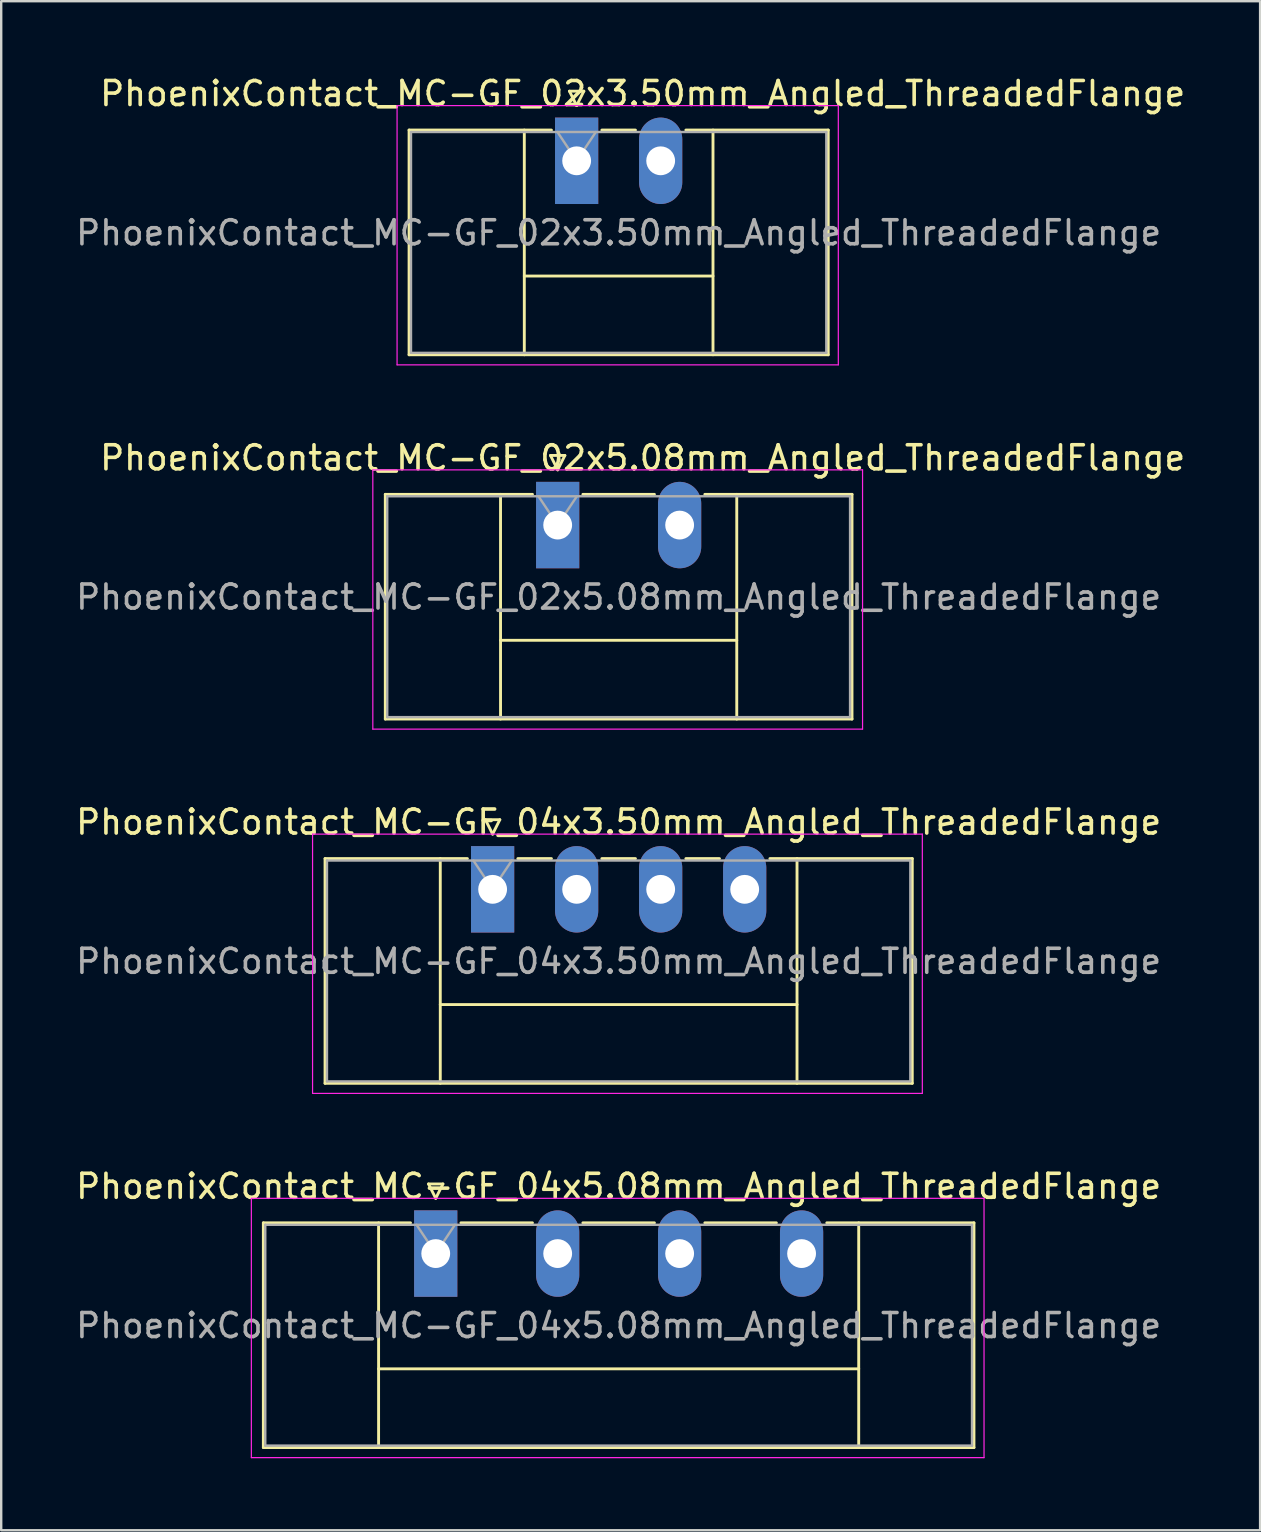
<source format=kicad_pcb>
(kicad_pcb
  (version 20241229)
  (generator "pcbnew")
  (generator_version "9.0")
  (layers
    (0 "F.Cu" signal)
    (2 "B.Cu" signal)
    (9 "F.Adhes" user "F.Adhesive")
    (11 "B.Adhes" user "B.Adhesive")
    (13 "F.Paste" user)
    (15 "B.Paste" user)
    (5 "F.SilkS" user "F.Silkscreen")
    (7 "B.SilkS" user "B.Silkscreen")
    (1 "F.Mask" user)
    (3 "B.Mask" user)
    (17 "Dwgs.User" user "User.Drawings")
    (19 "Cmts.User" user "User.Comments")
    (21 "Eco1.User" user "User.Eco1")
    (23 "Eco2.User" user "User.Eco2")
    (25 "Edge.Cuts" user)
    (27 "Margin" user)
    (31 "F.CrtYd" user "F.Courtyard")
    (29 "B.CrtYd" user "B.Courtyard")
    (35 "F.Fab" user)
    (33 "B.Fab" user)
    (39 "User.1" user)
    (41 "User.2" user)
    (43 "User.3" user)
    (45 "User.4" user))
  (footprint "PhoenixContact_MC-GF_04x5.08mm_Angled_ThreadedFlange"
    (layer "F.Cu")
    (at 15.1 49.168)
    (property "Reference" "PhoenixContact_MC-GF_04x5.08mm_Angled_ThreadedFlange" (at 7.62 -2.8 0) (layer "F.SilkS") (effects (font (size 1 1) (thickness 0.15))))
    (attr through_hole)
    (fp_line (start -7.18 -1.28) (end -7.18 8.08) (stroke (width 0.12) (type solid)) (layer "F.SilkS"))
    (fp_line (start -7.18 -1.28) (end -1.05 -1.28) (stroke (width 0.12) (type solid)) (layer "F.SilkS"))
    (fp_line (start -7.18 8.08) (end 22.42 8.08) (stroke (width 0.12) (type solid)) (layer "F.SilkS"))
    (fp_line (start -2.38 -1.28) (end -2.38 8.08) (stroke (width 0.12) (type solid)) (layer "F.SilkS"))
    (fp_line (start -2.38 4.8) (end 17.62 4.8) (stroke (width 0.12) (type solid)) (layer "F.SilkS"))
    (fp_line (start -0.3 -2.9) (end 0.3 -2.9) (stroke (width 0.12) (type solid)) (layer "F.SilkS"))
    (fp_line (start 0 -2.3) (end -0.3 -2.9) (stroke (width 0.12) (type solid)) (layer "F.SilkS"))
    (fp_line (start 0.3 -2.9) (end 0 -2.3) (stroke (width 0.12) (type solid)) (layer "F.SilkS"))
    (fp_line (start 1.05 -1.28) (end 4.03 -1.28) (stroke (width 0.12) (type solid)) (layer "F.SilkS"))
    (fp_line (start 6.13 -1.28) (end 9.11 -1.28) (stroke (width 0.12) (type solid)) (layer "F.SilkS"))
    (fp_line (start 11.21 -1.28) (end 14.19 -1.28) (stroke (width 0.12) (type solid)) (layer "F.SilkS"))
    (fp_line (start 17.62 -1.28) (end 17.62 8.08) (stroke (width 0.12) (type solid)) (layer "F.SilkS"))
    (fp_line (start 22.42 -1.28) (end 16.29 -1.28) (stroke (width 0.12) (type solid)) (layer "F.SilkS"))
    (fp_line (start 22.42 8.08) (end 22.42 -1.28) (stroke (width 0.12) (type solid)) (layer "F.SilkS"))
    (fp_line (start -7.68 -2.3) (end -7.68 8.5) (stroke (width 0.05) (type solid)) (layer "F.CrtYd"))
    (fp_line (start -7.68 8.5) (end 22.84 8.5) (stroke (width 0.05) (type solid)) (layer "F.CrtYd"))
    (fp_line (start 22.84 -2.3) (end -7.68 -2.3) (stroke (width 0.05) (type solid)) (layer "F.CrtYd"))
    (fp_line (start 22.84 8.5) (end 22.84 -2.3) (stroke (width 0.05) (type solid)) (layer "F.CrtYd"))
    (fp_line (start -7.1 -1.2) (end -7.1 8) (stroke (width 0.1) (type solid)) (layer "F.Fab"))
    (fp_line (start -7.1 8) (end 22.34 8) (stroke (width 0.1) (type solid)) (layer "F.Fab"))
    (fp_line (start 0 0) (end -0.8 -1.2) (stroke (width 0.1) (type solid)) (layer "F.Fab"))
    (fp_line (start 0.8 -1.2) (end 0 0) (stroke (width 0.1) (type solid)) (layer "F.Fab"))
    (fp_line (start 22.34 -1.2) (end -7.1 -1.2) (stroke (width 0.1) (type solid)) (layer "F.Fab"))
    (fp_line (start 22.34 8) (end 22.34 -1.2) (stroke (width 0.1) (type solid)) (layer "F.Fab"))
    (fp_text user "${REFERENCE}" (at 7.62 3 0) (layer "F.Fab") (effects (font (size 1 1) (thickness 0.15))))
    (pad "1" thru_hole rect (at 0 0) (size 1.8 3.6) (drill 1.2) (layers "*.Cu" "*.Mask"))
    (pad "2" thru_hole oval (at 5.08 0) (size 1.8 3.6) (drill 1.2) (layers "*.Cu" "*.Mask"))
    (pad "3" thru_hole oval (at 10.16 0) (size 1.8 3.6) (drill 1.2) (layers "*.Cu" "*.Mask"))
    (pad "4" thru_hole oval (at 15.24 0) (size 1.8 3.6) (drill 1.2) (layers "*.Cu" "*.Mask")))
  (footprint "PhoenixContact_MC-GF_02x5.08mm_Angled_ThreadedFlange"
    (layer "F.Cu")
    (at 20.18 18.822)
    (property "Reference" "PhoenixContact_MC-GF_02x5.08mm_Angled_ThreadedFlange" (at 3.54 -2.8 0) (layer "F.SilkS") (effects (font (size 1 1) (thickness 0.15))))
    (attr through_hole)
    (fp_line (start -7.18 -1.28) (end -7.18 8.08) (stroke (width 0.12) (type solid)) (layer "F.SilkS"))
    (fp_line (start -7.18 -1.28) (end -1.05 -1.28) (stroke (width 0.12) (type solid)) (layer "F.SilkS"))
    (fp_line (start -7.18 8.08) (end 12.26 8.08) (stroke (width 0.12) (type solid)) (layer "F.SilkS"))
    (fp_line (start -2.38 -1.28) (end -2.38 8.08) (stroke (width 0.12) (type solid)) (layer "F.SilkS"))
    (fp_line (start -2.38 4.8) (end 7.46 4.8) (stroke (width 0.12) (type solid)) (layer "F.SilkS"))
    (fp_line (start -0.3 -2.9) (end 0.3 -2.9) (stroke (width 0.12) (type solid)) (layer "F.SilkS"))
    (fp_line (start 0 -2.3) (end -0.3 -2.9) (stroke (width 0.12) (type solid)) (layer "F.SilkS"))
    (fp_line (start 0.3 -2.9) (end 0 -2.3) (stroke (width 0.12) (type solid)) (layer "F.SilkS"))
    (fp_line (start 1.05 -1.28) (end 4.03 -1.28) (stroke (width 0.12) (type solid)) (layer "F.SilkS"))
    (fp_line (start 7.46 -1.28) (end 7.46 8.08) (stroke (width 0.12) (type solid)) (layer "F.SilkS"))
    (fp_line (start 12.26 -1.28) (end 6.13 -1.28) (stroke (width 0.12) (type solid)) (layer "F.SilkS"))
    (fp_line (start 12.26 8.08) (end 12.26 -1.28) (stroke (width 0.12) (type solid)) (layer "F.SilkS"))
    (fp_line (start -7.7 -2.3) (end -7.7 8.5) (stroke (width 0.05) (type solid)) (layer "F.CrtYd"))
    (fp_line (start -7.7 8.5) (end 12.7 8.5) (stroke (width 0.05) (type solid)) (layer "F.CrtYd"))
    (fp_line (start 12.7 -2.3) (end -7.7 -2.3) (stroke (width 0.05) (type solid)) (layer "F.CrtYd"))
    (fp_line (start 12.7 8.5) (end 12.7 -2.3) (stroke (width 0.05) (type solid)) (layer "F.CrtYd"))
    (fp_line (start -7.1 -1.2) (end -7.1 8) (stroke (width 0.1) (type solid)) (layer "F.Fab"))
    (fp_line (start -7.1 8) (end 12.18 8) (stroke (width 0.1) (type solid)) (layer "F.Fab"))
    (fp_line (start 0 0) (end -0.8 -1.2) (stroke (width 0.1) (type solid)) (layer "F.Fab"))
    (fp_line (start 0.8 -1.2) (end 0 0) (stroke (width 0.1) (type solid)) (layer "F.Fab"))
    (fp_line (start 12.18 -1.2) (end -7.1 -1.2) (stroke (width 0.1) (type solid)) (layer "F.Fab"))
    (fp_line (start 12.18 8) (end 12.18 -1.2) (stroke (width 0.1) (type solid)) (layer "F.Fab"))
    (fp_text user "${REFERENCE}" (at 2.54 3 0) (layer "F.Fab") (effects (font (size 1 1) (thickness 0.15))))
    (pad "1" thru_hole rect (at 0 0) (size 1.8 3.6) (drill 1.2) (layers "*.Cu" "*.Mask"))
    (pad "2" thru_hole oval (at 5.08 0) (size 1.8 3.6) (drill 1.2) (layers "*.Cu" "*.Mask")))
  (footprint "PhoenixContact_MC-GF_02x3.50mm_Angled_ThreadedFlange"
    (layer "F.Cu")
    (at 20.97 3.648)
    (property "Reference" "PhoenixContact_MC-GF_02x3.50mm_Angled_ThreadedFlange" (at 2.75 -2.8 0) (layer "F.SilkS") (effects (font (size 1 1) (thickness 0.15))))
    (attr through_hole)
    (fp_line (start -6.98 -1.28) (end -6.98 8.08) (stroke (width 0.12) (type solid)) (layer "F.SilkS"))
    (fp_line (start -6.98 -1.28) (end -1.05 -1.28) (stroke (width 0.12) (type solid)) (layer "F.SilkS"))
    (fp_line (start -6.98 8.08) (end 10.48 8.08) (stroke (width 0.12) (type solid)) (layer "F.SilkS"))
    (fp_line (start -2.18 -1.28) (end -2.18 8.08) (stroke (width 0.12) (type solid)) (layer "F.SilkS"))
    (fp_line (start -2.18 4.8) (end 5.68 4.8) (stroke (width 0.12) (type solid)) (layer "F.SilkS"))
    (fp_line (start -0.3 -2.9) (end 0.3 -2.9) (stroke (width 0.12) (type solid)) (layer "F.SilkS"))
    (fp_line (start 0 -2.3) (end -0.3 -2.9) (stroke (width 0.12) (type solid)) (layer "F.SilkS"))
    (fp_line (start 0.3 -2.9) (end 0 -2.3) (stroke (width 0.12) (type solid)) (layer "F.SilkS"))
    (fp_line (start 1.05 -1.28) (end 2.45 -1.28) (stroke (width 0.12) (type solid)) (layer "F.SilkS"))
    (fp_line (start 5.68 -1.28) (end 5.68 8.08) (stroke (width 0.12) (type solid)) (layer "F.SilkS"))
    (fp_line (start 10.48 -1.28) (end 4.55 -1.28) (stroke (width 0.12) (type solid)) (layer "F.SilkS"))
    (fp_line (start 10.48 8.08) (end 10.48 -1.28) (stroke (width 0.12) (type solid)) (layer "F.SilkS"))
    (fp_line (start -7.48 -2.3) (end -7.48 8.5) (stroke (width 0.05) (type solid)) (layer "F.CrtYd"))
    (fp_line (start -7.48 8.5) (end 10.9 8.5) (stroke (width 0.05) (type solid)) (layer "F.CrtYd"))
    (fp_line (start 10.9 -2.3) (end -7.48 -2.3) (stroke (width 0.05) (type solid)) (layer "F.CrtYd"))
    (fp_line (start 10.9 8.5) (end 10.9 -2.3) (stroke (width 0.05) (type solid)) (layer "F.CrtYd"))
    (fp_line (start -6.9 -1.2) (end -6.9 8) (stroke (width 0.1) (type solid)) (layer "F.Fab"))
    (fp_line (start -6.9 8) (end 10.4 8) (stroke (width 0.1) (type solid)) (layer "F.Fab"))
    (fp_line (start 0 0) (end -0.8 -1.2) (stroke (width 0.1) (type solid)) (layer "F.Fab"))
    (fp_line (start 0.8 -1.2) (end 0 0) (stroke (width 0.1) (type solid)) (layer "F.Fab"))
    (fp_line (start 10.4 -1.2) (end -6.9 -1.2) (stroke (width 0.1) (type solid)) (layer "F.Fab"))
    (fp_line (start 10.4 8) (end 10.4 -1.2) (stroke (width 0.1) (type solid)) (layer "F.Fab"))
    (fp_text user "${REFERENCE}" (at 1.75 3 0) (layer "F.Fab") (effects (font (size 1 1) (thickness 0.15))))
    (pad "1" thru_hole rect (at 0 0) (size 1.8 3.6) (drill 1.2) (layers "*.Cu" "*.Mask"))
    (pad "2" thru_hole oval (at 3.5 0) (size 1.8 3.6) (drill 1.2) (layers "*.Cu" "*.Mask")))
  (footprint "PhoenixContact_MC-GF_04x3.50mm_Angled_ThreadedFlange"
    (layer "F.Cu")
    (at 17.47 33.995)
    (property "Reference" "PhoenixContact_MC-GF_04x3.50mm_Angled_ThreadedFlange" (at 5.25 -2.8 0) (layer "F.SilkS") (effects (font (size 1 1) (thickness 0.15))))
    (attr through_hole)
    (fp_line (start -6.98 -1.28) (end -6.98 8.08) (stroke (width 0.12) (type solid)) (layer "F.SilkS"))
    (fp_line (start -6.98 -1.28) (end -1.05 -1.28) (stroke (width 0.12) (type solid)) (layer "F.SilkS"))
    (fp_line (start -6.98 8.08) (end 17.48 8.08) (stroke (width 0.12) (type solid)) (layer "F.SilkS"))
    (fp_line (start -2.18 -1.28) (end -2.18 8.08) (stroke (width 0.12) (type solid)) (layer "F.SilkS"))
    (fp_line (start -2.18 4.8) (end 12.68 4.8) (stroke (width 0.12) (type solid)) (layer "F.SilkS"))
    (fp_line (start -0.3 -2.9) (end 0.3 -2.9) (stroke (width 0.12) (type solid)) (layer "F.SilkS"))
    (fp_line (start 0 -2.3) (end -0.3 -2.9) (stroke (width 0.12) (type solid)) (layer "F.SilkS"))
    (fp_line (start 0.3 -2.9) (end 0 -2.3) (stroke (width 0.12) (type solid)) (layer "F.SilkS"))
    (fp_line (start 1.05 -1.28) (end 2.45 -1.28) (stroke (width 0.12) (type solid)) (layer "F.SilkS"))
    (fp_line (start 4.55 -1.28) (end 5.95 -1.28) (stroke (width 0.12) (type solid)) (layer "F.SilkS"))
    (fp_line (start 8.05 -1.28) (end 9.45 -1.28) (stroke (width 0.12) (type solid)) (layer "F.SilkS"))
    (fp_line (start 12.68 -1.28) (end 12.68 8.08) (stroke (width 0.12) (type solid)) (layer "F.SilkS"))
    (fp_line (start 17.48 -1.28) (end 11.55 -1.28) (stroke (width 0.12) (type solid)) (layer "F.SilkS"))
    (fp_line (start 17.48 8.08) (end 17.48 -1.28) (stroke (width 0.12) (type solid)) (layer "F.SilkS"))
    (fp_line (start -7.5 -2.3) (end -7.5 8.5) (stroke (width 0.05) (type solid)) (layer "F.CrtYd"))
    (fp_line (start -7.5 8.5) (end 17.9 8.5) (stroke (width 0.05) (type solid)) (layer "F.CrtYd"))
    (fp_line (start 17.9 -2.3) (end -7.5 -2.3) (stroke (width 0.05) (type solid)) (layer "F.CrtYd"))
    (fp_line (start 17.9 8.5) (end 17.9 -2.3) (stroke (width 0.05) (type solid)) (layer "F.CrtYd"))
    (fp_line (start -6.9 -1.2) (end -6.9 8) (stroke (width 0.1) (type solid)) (layer "F.Fab"))
    (fp_line (start -6.9 8) (end 17.4 8) (stroke (width 0.1) (type solid)) (layer "F.Fab"))
    (fp_line (start 0 0) (end -0.8 -1.2) (stroke (width 0.1) (type solid)) (layer "F.Fab"))
    (fp_line (start 0.8 -1.2) (end 0 0) (stroke (width 0.1) (type solid)) (layer "F.Fab"))
    (fp_line (start 17.4 -1.2) (end -6.9 -1.2) (stroke (width 0.1) (type solid)) (layer "F.Fab"))
    (fp_line (start 17.4 8) (end 17.4 -1.2) (stroke (width 0.1) (type solid)) (layer "F.Fab"))
    (fp_text user "${REFERENCE}" (at 5.25 3 0) (layer "F.Fab") (effects (font (size 1 1) (thickness 0.15))))
    (pad "1" thru_hole rect (at 0 0) (size 1.8 3.6) (drill 1.2) (layers "*.Cu" "*.Mask"))
    (pad "2" thru_hole oval (at 3.5 0) (size 1.8 3.6) (drill 1.2) (layers "*.Cu" "*.Mask"))
    (pad "3" thru_hole oval (at 7 0) (size 1.8 3.6) (drill 1.2) (layers "*.Cu" "*.Mask"))
    (pad "4" thru_hole oval (at 10.5 0) (size 1.8 3.6) (drill 1.2) (layers "*.Cu" "*.Mask")))
  (gr_rect
    (start -3 -3)
    (end 49.44 60.693)
    (stroke (width 0.1) (type default))
    (fill no)
    (layer "Edge.Cuts")))
</source>
